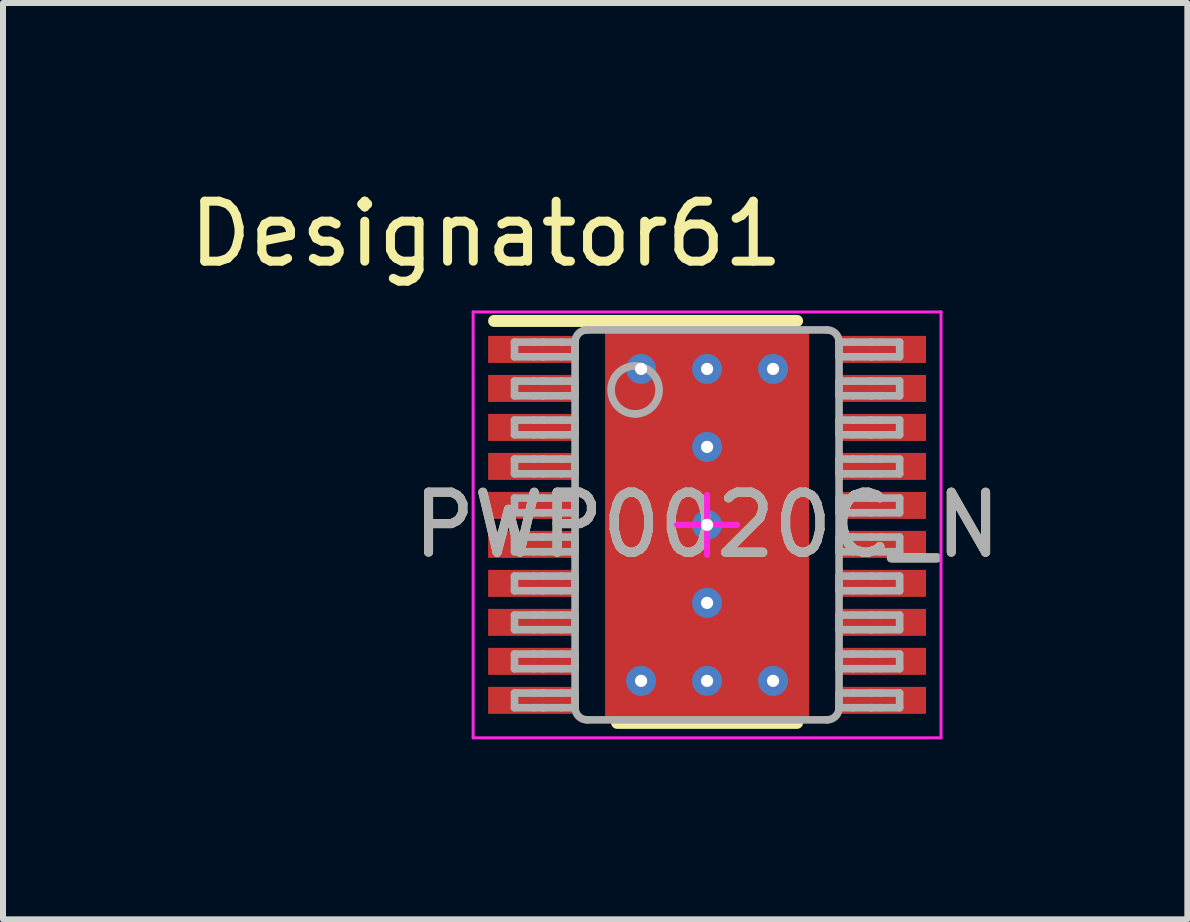
<source format=kicad_pcb>
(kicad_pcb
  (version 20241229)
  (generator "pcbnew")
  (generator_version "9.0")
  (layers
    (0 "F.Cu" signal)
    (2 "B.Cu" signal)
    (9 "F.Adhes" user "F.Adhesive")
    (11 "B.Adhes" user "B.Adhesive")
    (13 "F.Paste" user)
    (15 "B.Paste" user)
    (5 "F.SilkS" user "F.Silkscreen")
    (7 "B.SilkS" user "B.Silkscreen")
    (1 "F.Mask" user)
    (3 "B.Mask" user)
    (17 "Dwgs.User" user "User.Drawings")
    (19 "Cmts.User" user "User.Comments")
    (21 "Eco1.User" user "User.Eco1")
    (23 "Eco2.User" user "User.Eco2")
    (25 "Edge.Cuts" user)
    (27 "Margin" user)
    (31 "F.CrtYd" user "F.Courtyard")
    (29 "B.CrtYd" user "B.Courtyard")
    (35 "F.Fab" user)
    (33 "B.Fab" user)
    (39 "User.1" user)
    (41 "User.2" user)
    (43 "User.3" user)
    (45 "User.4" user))
  (footprint "PWP0020C_N"
    (layer "F.Cu")
    (at 8.737 5.7)
    (property "Reference" "PWP0020C_N" (at 0 0 0) (unlocked yes) (layer "F.SilkS") (effects (font (size 1 1) (thickness 0.15))))
    (attr smd)
    (fp_poly (pts (xy -1.2 1.642) (xy -1.2 -1.642) (xy -1.199 -1.651) (xy -1.196 -1.66) (xy -1.192 -1.669) (xy -1.186 -1.676) (xy -1.179 -1.682) (xy -1.17 -1.686) (xy -1.161 -1.689) (xy -1.152 -1.69) (xy 1.152 -1.69) (xy 1.161 -1.689) (xy 1.17 -1.686) (xy 1.179 -1.682) (xy 1.186 -1.676) (xy 1.192 -1.669) (xy 1.196 -1.66) (xy 1.199 -1.651) (xy 1.2 -1.642) (xy 1.2 1.642) (xy 1.199 1.651) (xy 1.196 1.66) (xy 1.192 1.669) (xy 1.186 1.676) (xy 1.179 1.682) (xy 1.17 1.686) (xy 1.161 1.689) (xy 1.152 1.69) (xy -1.152 1.69) (xy -1.161 1.689) (xy -1.17 1.686) (xy -1.179 1.682) (xy -1.186 1.676) (xy -1.192 1.669) (xy -1.196 1.66) (xy -1.199 1.651)) (stroke (width 0) (type solid)) (fill yes) (layer "F.Mask"))
    (fp_line (start -3.55 -3.4) (end 1.5 -3.4) (stroke (width 0.2) (type solid)) (layer "F.SilkS"))
    (fp_line (start -1.5 3.3) (end 1.5 3.3) (stroke (width 0.2) (type solid)) (layer "F.SilkS"))
    (fp_poly (pts (xy -1.2 1.642) (xy -1.2 -1.642) (xy -1.199 -1.651) (xy -1.196 -1.66) (xy -1.192 -1.669) (xy -1.186 -1.676) (xy -1.179 -1.682) (xy -1.17 -1.686) (xy -1.161 -1.689) (xy -1.152 -1.69) (xy 1.152 -1.69) (xy 1.161 -1.689) (xy 1.17 -1.686) (xy 1.179 -1.682) (xy 1.186 -1.676) (xy 1.192 -1.669) (xy 1.196 -1.66) (xy 1.199 -1.651) (xy 1.2 -1.642) (xy 1.2 1.642) (xy 1.199 1.651) (xy 1.196 1.66) (xy 1.192 1.669) (xy 1.186 1.676) (xy 1.179 1.682) (xy 1.17 1.686) (xy 1.161 1.689) (xy 1.152 1.69) (xy -1.152 1.69) (xy -1.161 1.689) (xy -1.17 1.686) (xy -1.179 1.682) (xy -1.186 1.676) (xy -1.192 1.669) (xy -1.196 1.66) (xy -1.199 1.651)) (stroke (width 0) (type solid)) (fill yes) (layer "F.Paste"))
    (fp_line (start -3.9 -3.55) (end 3.9 -3.55) (stroke (width 0.05) (type solid)) (layer "F.CrtYd"))
    (fp_line (start -3.9 3.55) (end -3.9 -3.55) (stroke (width 0.05) (type solid)) (layer "F.CrtYd"))
    (fp_line (start -3.9 3.55) (end 3.9 3.55) (stroke (width 0.05) (type solid)) (layer "F.CrtYd"))
    (fp_line (start -0.5 0.000003) (end 0.5 0.000003) (stroke (width 0.1) (type solid)) (layer "F.CrtYd"))
    (fp_line (start 0 0.5) (end 0 -0.5) (stroke (width 0.1) (type solid)) (layer "F.CrtYd"))
    (fp_line (start 3.9 3.55) (end 3.9 -3.55) (stroke (width 0.05) (type solid)) (layer "F.CrtYd"))
    (fp_line (start -3.21 -3.047) (end -2.887 -3.047) (stroke (width 0.127) (type solid)) (layer "F.Fab"))
    (fp_line (start -3.21 -2.802) (end -3.21 -3.047) (stroke (width 0.127) (type solid)) (layer "F.Fab"))
    (fp_line (start -3.21 -2.802) (end -2.887 -2.802) (stroke (width 0.127) (type solid)) (layer "F.Fab"))
    (fp_line (start -3.21 -2.397) (end -2.887 -2.397) (stroke (width 0.127) (type solid)) (layer "F.Fab"))
    (fp_line (start -3.21 -2.152) (end -3.21 -2.397) (stroke (width 0.127) (type solid)) (layer "F.Fab"))
    (fp_line (start -3.21 -2.152) (end -2.887 -2.152) (stroke (width 0.127) (type solid)) (layer "F.Fab"))
    (fp_line (start -3.21 -1.747) (end -2.887 -1.747) (stroke (width 0.127) (type solid)) (layer "F.Fab"))
    (fp_line (start -3.21 -1.502) (end -3.21 -1.747) (stroke (width 0.127) (type solid)) (layer "F.Fab"))
    (fp_line (start -3.21 -1.502) (end -2.887 -1.502) (stroke (width 0.127) (type solid)) (layer "F.Fab"))
    (fp_line (start -3.21 -1.097) (end -2.887 -1.097) (stroke (width 0.127) (type solid)) (layer "F.Fab"))
    (fp_line (start -3.21 -0.852) (end -3.21 -1.097) (stroke (width 0.127) (type solid)) (layer "F.Fab"))
    (fp_line (start -3.21 -0.852) (end -2.887 -0.852) (stroke (width 0.127) (type solid)) (layer "F.Fab"))
    (fp_line (start -3.21 -0.447) (end -2.887 -0.447) (stroke (width 0.127) (type solid)) (layer "F.Fab"))
    (fp_line (start -3.21 -0.202) (end -3.21 -0.447) (stroke (width 0.127) (type solid)) (layer "F.Fab"))
    (fp_line (start -3.21 -0.202) (end -2.887 -0.202) (stroke (width 0.127) (type solid)) (layer "F.Fab"))
    (fp_line (start -3.21 0.203) (end -2.887 0.203) (stroke (width 0.127) (type solid)) (layer "F.Fab"))
    (fp_line (start -3.21 0.448) (end -3.21 0.203) (stroke (width 0.127) (type solid)) (layer "F.Fab"))
    (fp_line (start -3.21 0.448) (end -2.887 0.448) (stroke (width 0.127) (type solid)) (layer "F.Fab"))
    (fp_line (start -3.21 0.853) (end -2.887 0.853) (stroke (width 0.127) (type solid)) (layer "F.Fab"))
    (fp_line (start -3.21 1.098) (end -3.21 0.853) (stroke (width 0.127) (type solid)) (layer "F.Fab"))
    (fp_line (start -3.21 1.098) (end -2.887 1.098) (stroke (width 0.127) (type solid)) (layer "F.Fab"))
    (fp_line (start -3.21 1.503) (end -2.887 1.503) (stroke (width 0.127) (type solid)) (layer "F.Fab"))
    (fp_line (start -3.21 1.748) (end -3.21 1.503) (stroke (width 0.127) (type solid)) (layer "F.Fab"))
    (fp_line (start -3.21 1.748) (end -2.887 1.748) (stroke (width 0.127) (type solid)) (layer "F.Fab"))
    (fp_line (start -3.21 2.153) (end -2.887 2.153) (stroke (width 0.127) (type solid)) (layer "F.Fab"))
    (fp_line (start -3.21 2.398) (end -3.21 2.153) (stroke (width 0.127) (type solid)) (layer "F.Fab"))
    (fp_line (start -3.21 2.398) (end -2.887 2.398) (stroke (width 0.127) (type solid)) (layer "F.Fab"))
    (fp_line (start -3.21 2.803) (end -2.887 2.803) (stroke (width 0.127) (type solid)) (layer "F.Fab"))
    (fp_line (start -3.21 3.048) (end -3.21 2.803) (stroke (width 0.127) (type solid)) (layer "F.Fab"))
    (fp_line (start -3.21 3.048) (end -2.887 3.048) (stroke (width 0.127) (type solid)) (layer "F.Fab"))
    (fp_line (start -2.887 -3.047) (end -2.739 -3.047) (stroke (width 0.127) (type solid)) (layer "F.Fab"))
    (fp_line (start -2.887 -2.802) (end -2.739 -2.802) (stroke (width 0.127) (type solid)) (layer "F.Fab"))
    (fp_line (start -2.887 -2.397) (end -2.739 -2.397) (stroke (width 0.127) (type solid)) (layer "F.Fab"))
    (fp_line (start -2.887 -2.152) (end -2.739 -2.152) (stroke (width 0.127) (type solid)) (layer "F.Fab"))
    (fp_line (start -2.887 -1.747) (end -2.739 -1.747) (stroke (width 0.127) (type solid)) (layer "F.Fab"))
    (fp_line (start -2.887 -1.502) (end -2.739 -1.502) (stroke (width 0.127) (type solid)) (layer "F.Fab"))
    (fp_line (start -2.887 -1.097) (end -2.739 -1.097) (stroke (width 0.127) (type solid)) (layer "F.Fab"))
    (fp_line (start -2.887 -0.852) (end -2.739 -0.852) (stroke (width 0.127) (type solid)) (layer "F.Fab"))
    (fp_line (start -2.887 -0.447) (end -2.739 -0.447) (stroke (width 0.127) (type solid)) (layer "F.Fab"))
    (fp_line (start -2.887 -0.202) (end -2.739 -0.202) (stroke (width 0.127) (type solid)) (layer "F.Fab"))
    (fp_line (start -2.887 0.203) (end -2.739 0.203) (stroke (width 0.127) (type solid)) (layer "F.Fab"))
    (fp_line (start -2.887 0.448) (end -2.739 0.448) (stroke (width 0.127) (type solid)) (layer "F.Fab"))
    (fp_line (start -2.887 0.853) (end -2.739 0.853) (stroke (width 0.127) (type solid)) (layer "F.Fab"))
    (fp_line (start -2.887 1.098) (end -2.739 1.098) (stroke (width 0.127) (type solid)) (layer "F.Fab"))
    (fp_line (start -2.887 1.503) (end -2.739 1.503) (stroke (width 0.127) (type solid)) (layer "F.Fab"))
    (fp_line (start -2.887 1.748) (end -2.739 1.748) (stroke (width 0.127) (type solid)) (layer "F.Fab"))
    (fp_line (start -2.887 2.153) (end -2.739 2.153) (stroke (width 0.127) (type solid)) (layer "F.Fab"))
    (fp_line (start -2.887 2.398) (end -2.739 2.398) (stroke (width 0.127) (type solid)) (layer "F.Fab"))
    (fp_line (start -2.887 2.803) (end -2.739 2.803) (stroke (width 0.127) (type solid)) (layer "F.Fab"))
    (fp_line (start -2.887 3.048) (end -2.739 3.048) (stroke (width 0.127) (type solid)) (layer "F.Fab"))
    (fp_line (start -2.739 -3.047) (end -2.733 -3.047) (stroke (width 0.127) (type solid)) (layer "F.Fab"))
    (fp_line (start -2.739 -2.802) (end -2.733 -2.802) (stroke (width 0.127) (type solid)) (layer "F.Fab"))
    (fp_line (start -2.739 -2.397) (end -2.733 -2.397) (stroke (width 0.127) (type solid)) (layer "F.Fab"))
    (fp_line (start -2.739 -2.152) (end -2.733 -2.152) (stroke (width 0.127) (type solid)) (layer "F.Fab"))
    (fp_line (start -2.739 -1.747) (end -2.733 -1.747) (stroke (width 0.127) (type solid)) (layer "F.Fab"))
    (fp_line (start -2.739 -1.502) (end -2.733 -1.502) (stroke (width 0.127) (type solid)) (layer "F.Fab"))
    (fp_line (start -2.739 -1.097) (end -2.733 -1.097) (stroke (width 0.127) (type solid)) (layer "F.Fab"))
    (fp_line (start -2.739 -0.852) (end -2.733 -0.852) (stroke (width 0.127) (type solid)) (layer "F.Fab"))
    (fp_line (start -2.739 -0.447) (end -2.733 -0.447) (stroke (width 0.127) (type solid)) (layer "F.Fab"))
    (fp_line (start -2.739 -0.202) (end -2.733 -0.202) (stroke (width 0.127) (type solid)) (layer "F.Fab"))
    (fp_line (start -2.739 0.203) (end -2.733 0.203) (stroke (width 0.127) (type solid)) (layer "F.Fab"))
    (fp_line (start -2.739 0.448) (end -2.733 0.448) (stroke (width 0.127) (type solid)) (layer "F.Fab"))
    (fp_line (start -2.739 0.853) (end -2.733 0.853) (stroke (width 0.127) (type solid)) (layer "F.Fab"))
    (fp_line (start -2.739 1.098) (end -2.733 1.098) (stroke (width 0.127) (type solid)) (layer "F.Fab"))
    (fp_line (start -2.739 1.503) (end -2.733 1.503) (stroke (width 0.127) (type solid)) (layer "F.Fab"))
    (fp_line (start -2.739 1.748) (end -2.733 1.748) (stroke (width 0.127) (type solid)) (layer "F.Fab"))
    (fp_line (start -2.739 2.153) (end -2.733 2.153) (stroke (width 0.127) (type solid)) (layer "F.Fab"))
    (fp_line (start -2.739 2.398) (end -2.733 2.398) (stroke (width 0.127) (type solid)) (layer "F.Fab"))
    (fp_line (start -2.739 2.803) (end -2.733 2.803) (stroke (width 0.127) (type solid)) (layer "F.Fab"))
    (fp_line (start -2.739 3.048) (end -2.733 3.048) (stroke (width 0.127) (type solid)) (layer "F.Fab"))
    (fp_line (start -2.733 -3.047) (end -2.431 -3.047) (stroke (width 0.127) (type solid)) (layer "F.Fab"))
    (fp_line (start -2.733 -2.802) (end -2.431 -2.802) (stroke (width 0.127) (type solid)) (layer "F.Fab"))
    (fp_line (start -2.733 -2.397) (end -2.431 -2.397) (stroke (width 0.127) (type solid)) (layer "F.Fab"))
    (fp_line (start -2.733 -2.152) (end -2.431 -2.152) (stroke (width 0.127) (type solid)) (layer "F.Fab"))
    (fp_line (start -2.733 -1.747) (end -2.431 -1.747) (stroke (width 0.127) (type solid)) (layer "F.Fab"))
    (fp_line (start -2.733 -1.502) (end -2.431 -1.502) (stroke (width 0.127) (type solid)) (layer "F.Fab"))
    (fp_line (start -2.733 -1.097) (end -2.431 -1.097) (stroke (width 0.127) (type solid)) (layer "F.Fab"))
    (fp_line (start -2.733 -0.852) (end -2.431 -0.852) (stroke (width 0.127) (type solid)) (layer "F.Fab"))
    (fp_line (start -2.733 -0.447) (end -2.431 -0.447) (stroke (width 0.127) (type solid)) (layer "F.Fab"))
    (fp_line (start -2.733 -0.202) (end -2.431 -0.202) (stroke (width 0.127) (type solid)) (layer "F.Fab"))
    (fp_line (start -2.733 0.203) (end -2.431 0.203) (stroke (width 0.127) (type solid)) (layer "F.Fab"))
    (fp_line (start -2.733 0.448) (end -2.431 0.448) (stroke (width 0.127) (type solid)) (layer "F.Fab"))
    (fp_line (start -2.733 0.853) (end -2.431 0.853) (stroke (width 0.127) (type solid)) (layer "F.Fab"))
    (fp_line (start -2.733 1.098) (end -2.431 1.098) (stroke (width 0.127) (type solid)) (layer "F.Fab"))
    (fp_line (start -2.733 1.503) (end -2.431 1.503) (stroke (width 0.127) (type solid)) (layer "F.Fab"))
    (fp_line (start -2.733 1.748) (end -2.431 1.748) (stroke (width 0.127) (type solid)) (layer "F.Fab"))
    (fp_line (start -2.733 2.153) (end -2.431 2.153) (stroke (width 0.127) (type solid)) (layer "F.Fab"))
    (fp_line (start -2.733 2.398) (end -2.431 2.398) (stroke (width 0.127) (type solid)) (layer "F.Fab"))
    (fp_line (start -2.733 2.803) (end -2.431 2.803) (stroke (width 0.127) (type solid)) (layer "F.Fab"))
    (fp_line (start -2.733 3.048) (end -2.431 3.048) (stroke (width 0.127) (type solid)) (layer "F.Fab"))
    (fp_line (start -2.431 -3.047) (end -2.2 -3.047) (stroke (width 0.127) (type solid)) (layer "F.Fab"))
    (fp_line (start -2.431 -2.802) (end -2.2 -2.802) (stroke (width 0.127) (type solid)) (layer "F.Fab"))
    (fp_line (start -2.431 -2.397) (end -2.2 -2.397) (stroke (width 0.127) (type solid)) (layer "F.Fab"))
    (fp_line (start -2.431 -2.152) (end -2.2 -2.152) (stroke (width 0.127) (type solid)) (layer "F.Fab"))
    (fp_line (start -2.431 -1.747) (end -2.2 -1.747) (stroke (width 0.127) (type solid)) (layer "F.Fab"))
    (fp_line (start -2.431 -1.502) (end -2.2 -1.502) (stroke (width 0.127) (type solid)) (layer "F.Fab"))
    (fp_line (start -2.431 -1.097) (end -2.2 -1.097) (stroke (width 0.127) (type solid)) (layer "F.Fab"))
    (fp_line (start -2.431 -0.852) (end -2.2 -0.852) (stroke (width 0.127) (type solid)) (layer "F.Fab"))
    (fp_line (start -2.431 -0.447) (end -2.2 -0.447) (stroke (width 0.127) (type solid)) (layer "F.Fab"))
    (fp_line (start -2.431 -0.202) (end -2.2 -0.202) (stroke (width 0.127) (type solid)) (layer "F.Fab"))
    (fp_line (start -2.431 0.203) (end -2.2 0.203) (stroke (width 0.127) (type solid)) (layer "F.Fab"))
    (fp_line (start -2.431 0.448) (end -2.2 0.448) (stroke (width 0.127) (type solid)) (layer "F.Fab"))
    (fp_line (start -2.431 0.853) (end -2.2 0.853) (stroke (width 0.127) (type solid)) (layer "F.Fab"))
    (fp_line (start -2.431 1.098) (end -2.2 1.098) (stroke (width 0.127) (type solid)) (layer "F.Fab"))
    (fp_line (start -2.431 1.503) (end -2.2 1.503) (stroke (width 0.127) (type solid)) (layer "F.Fab"))
    (fp_line (start -2.431 1.748) (end -2.2 1.748) (stroke (width 0.127) (type solid)) (layer "F.Fab"))
    (fp_line (start -2.431 2.153) (end -2.2 2.153) (stroke (width 0.127) (type solid)) (layer "F.Fab"))
    (fp_line (start -2.431 2.398) (end -2.2 2.398) (stroke (width 0.127) (type solid)) (layer "F.Fab"))
    (fp_line (start -2.431 2.803) (end -2.2 2.803) (stroke (width 0.127) (type solid)) (layer "F.Fab"))
    (fp_line (start -2.431 3.048) (end -2.2 3.048) (stroke (width 0.127) (type solid)) (layer "F.Fab"))
    (fp_line (start -2.2 -2.802) (end -2.2 -3.047) (stroke (width 0.127) (type solid)) (layer "F.Fab"))
    (fp_line (start -2.2 -2.152) (end -2.2 -2.397) (stroke (width 0.127) (type solid)) (layer "F.Fab"))
    (fp_line (start -2.2 -1.502) (end -2.2 -1.747) (stroke (width 0.127) (type solid)) (layer "F.Fab"))
    (fp_line (start -2.2 -0.852) (end -2.2 -1.097) (stroke (width 0.127) (type solid)) (layer "F.Fab"))
    (fp_line (start -2.2 -0.202) (end -2.2 -0.447) (stroke (width 0.127) (type solid)) (layer "F.Fab"))
    (fp_line (start -2.2 0.448) (end -2.2 0.203) (stroke (width 0.127) (type solid)) (layer "F.Fab"))
    (fp_line (start -2.2 1.098) (end -2.2 0.853) (stroke (width 0.127) (type solid)) (layer "F.Fab"))
    (fp_line (start -2.2 1.748) (end -2.2 1.503) (stroke (width 0.127) (type solid)) (layer "F.Fab"))
    (fp_line (start -2.2 2.398) (end -2.2 2.153) (stroke (width 0.127) (type solid)) (layer "F.Fab"))
    (fp_line (start -2.2 3.048) (end -2.2 2.803) (stroke (width 0.127) (type solid)) (layer "F.Fab"))
    (fp_line (start -2.2 3.05) (end -2.2 -3.05) (stroke (width 0.127) (type solid)) (layer "F.Fab"))
    (fp_line (start -2 -3.25) (end 2 -3.25) (stroke (width 0.127) (type solid)) (layer "F.Fab"))
    (fp_line (start -2 3.25) (end 2 3.25) (stroke (width 0.127) (type solid)) (layer "F.Fab"))
    (fp_line (start 2.2 -3.047) (end 2.43 -3.047) (stroke (width 0.127) (type solid)) (layer "F.Fab"))
    (fp_line (start 2.2 -2.802) (end 2.2 -3.047) (stroke (width 0.127) (type solid)) (layer "F.Fab"))
    (fp_line (start 2.2 -2.802) (end 2.43 -2.802) (stroke (width 0.127) (type solid)) (layer "F.Fab"))
    (fp_line (start 2.2 -2.397) (end 2.43 -2.397) (stroke (width 0.127) (type solid)) (layer "F.Fab"))
    (fp_line (start 2.2 -2.152) (end 2.2 -2.397) (stroke (width 0.127) (type solid)) (layer "F.Fab"))
    (fp_line (start 2.2 -2.152) (end 2.43 -2.152) (stroke (width 0.127) (type solid)) (layer "F.Fab"))
    (fp_line (start 2.2 -1.747) (end 2.43 -1.747) (stroke (width 0.127) (type solid)) (layer "F.Fab"))
    (fp_line (start 2.2 -1.502) (end 2.2 -1.747) (stroke (width 0.127) (type solid)) (layer "F.Fab"))
    (fp_line (start 2.2 -1.502) (end 2.43 -1.502) (stroke (width 0.127) (type solid)) (layer "F.Fab"))
    (fp_line (start 2.2 -1.097) (end 2.43 -1.097) (stroke (width 0.127) (type solid)) (layer "F.Fab"))
    (fp_line (start 2.2 -0.852) (end 2.2 -1.097) (stroke (width 0.127) (type solid)) (layer "F.Fab"))
    (fp_line (start 2.2 -0.852) (end 2.43 -0.852) (stroke (width 0.127) (type solid)) (layer "F.Fab"))
    (fp_line (start 2.2 -0.447) (end 2.43 -0.447) (stroke (width 0.127) (type solid)) (layer "F.Fab"))
    (fp_line (start 2.2 -0.202) (end 2.2 -0.447) (stroke (width 0.127) (type solid)) (layer "F.Fab"))
    (fp_line (start 2.2 -0.202) (end 2.43 -0.202) (stroke (width 0.127) (type solid)) (layer "F.Fab"))
    (fp_line (start 2.2 0.203) (end 2.43 0.203) (stroke (width 0.127) (type solid)) (layer "F.Fab"))
    (fp_line (start 2.2 0.448) (end 2.2 0.203) (stroke (width 0.127) (type solid)) (layer "F.Fab"))
    (fp_line (start 2.2 0.448) (end 2.43 0.448) (stroke (width 0.127) (type solid)) (layer "F.Fab"))
    (fp_line (start 2.2 0.853) (end 2.43 0.853) (stroke (width 0.127) (type solid)) (layer "F.Fab"))
    (fp_line (start 2.2 1.098) (end 2.2 0.853) (stroke (width 0.127) (type solid)) (layer "F.Fab"))
    (fp_line (start 2.2 1.098) (end 2.43 1.098) (stroke (width 0.127) (type solid)) (layer "F.Fab"))
    (fp_line (start 2.2 1.503) (end 2.43 1.503) (stroke (width 0.127) (type solid)) (layer "F.Fab"))
    (fp_line (start 2.2 1.748) (end 2.2 1.503) (stroke (width 0.127) (type solid)) (layer "F.Fab"))
    (fp_line (start 2.2 1.748) (end 2.43 1.748) (stroke (width 0.127) (type solid)) (layer "F.Fab"))
    (fp_line (start 2.2 2.153) (end 2.43 2.153) (stroke (width 0.127) (type solid)) (layer "F.Fab"))
    (fp_line (start 2.2 2.398) (end 2.2 2.153) (stroke (width 0.127) (type solid)) (layer "F.Fab"))
    (fp_line (start 2.2 2.398) (end 2.43 2.398) (stroke (width 0.127) (type solid)) (layer "F.Fab"))
    (fp_line (start 2.2 2.803) (end 2.43 2.803) (stroke (width 0.127) (type solid)) (layer "F.Fab"))
    (fp_line (start 2.2 3.048) (end 2.2 2.803) (stroke (width 0.127) (type solid)) (layer "F.Fab"))
    (fp_line (start 2.2 3.048) (end 2.43 3.048) (stroke (width 0.127) (type solid)) (layer "F.Fab"))
    (fp_line (start 2.2 3.05) (end 2.2 -3.05) (stroke (width 0.127) (type solid)) (layer "F.Fab"))
    (fp_line (start 2.43 -3.047) (end 2.733 -3.047) (stroke (width 0.127) (type solid)) (layer "F.Fab"))
    (fp_line (start 2.43 -2.802) (end 2.733 -2.802) (stroke (width 0.127) (type solid)) (layer "F.Fab"))
    (fp_line (start 2.43 -2.397) (end 2.733 -2.397) (stroke (width 0.127) (type solid)) (layer "F.Fab"))
    (fp_line (start 2.43 -2.152) (end 2.733 -2.152) (stroke (width 0.127) (type solid)) (layer "F.Fab"))
    (fp_line (start 2.43 -1.747) (end 2.733 -1.747) (stroke (width 0.127) (type solid)) (layer "F.Fab"))
    (fp_line (start 2.43 -1.502) (end 2.733 -1.502) (stroke (width 0.127) (type solid)) (layer "F.Fab"))
    (fp_line (start 2.43 -1.097) (end 2.733 -1.097) (stroke (width 0.127) (type solid)) (layer "F.Fab"))
    (fp_line (start 2.43 -0.852) (end 2.733 -0.852) (stroke (width 0.127) (type solid)) (layer "F.Fab"))
    (fp_line (start 2.43 -0.447) (end 2.733 -0.447) (stroke (width 0.127) (type solid)) (layer "F.Fab"))
    (fp_line (start 2.43 -0.202) (end 2.733 -0.202) (stroke (width 0.127) (type solid)) (layer "F.Fab"))
    (fp_line (start 2.43 0.203) (end 2.733 0.203) (stroke (width 0.127) (type solid)) (layer "F.Fab"))
    (fp_line (start 2.43 0.448) (end 2.733 0.448) (stroke (width 0.127) (type solid)) (layer "F.Fab"))
    (fp_line (start 2.43 0.853) (end 2.733 0.853) (stroke (width 0.127) (type solid)) (layer "F.Fab"))
    (fp_line (start 2.43 1.098) (end 2.733 1.098) (stroke (width 0.127) (type solid)) (layer "F.Fab"))
    (fp_line (start 2.43 1.503) (end 2.733 1.503) (stroke (width 0.127) (type solid)) (layer "F.Fab"))
    (fp_line (start 2.43 1.748) (end 2.733 1.748) (stroke (width 0.127) (type solid)) (layer "F.Fab"))
    (fp_line (start 2.43 2.153) (end 2.733 2.153) (stroke (width 0.127) (type solid)) (layer "F.Fab"))
    (fp_line (start 2.43 2.398) (end 2.733 2.398) (stroke (width 0.127) (type solid)) (layer "F.Fab"))
    (fp_line (start 2.43 2.803) (end 2.733 2.803) (stroke (width 0.127) (type solid)) (layer "F.Fab"))
    (fp_line (start 2.43 3.048) (end 2.733 3.048) (stroke (width 0.127) (type solid)) (layer "F.Fab"))
    (fp_line (start 2.733 -3.047) (end 2.739 -3.047) (stroke (width 0.127) (type solid)) (layer "F.Fab"))
    (fp_line (start 2.733 -2.802) (end 2.739 -2.802) (stroke (width 0.127) (type solid)) (layer "F.Fab"))
    (fp_line (start 2.733 -2.397) (end 2.739 -2.397) (stroke (width 0.127) (type solid)) (layer "F.Fab"))
    (fp_line (start 2.733 -2.152) (end 2.739 -2.152) (stroke (width 0.127) (type solid)) (layer "F.Fab"))
    (fp_line (start 2.733 -1.747) (end 2.739 -1.747) (stroke (width 0.127) (type solid)) (layer "F.Fab"))
    (fp_line (start 2.733 -1.502) (end 2.739 -1.502) (stroke (width 0.127) (type solid)) (layer "F.Fab"))
    (fp_line (start 2.733 -1.097) (end 2.739 -1.097) (stroke (width 0.127) (type solid)) (layer "F.Fab"))
    (fp_line (start 2.733 -0.852) (end 2.739 -0.852) (stroke (width 0.127) (type solid)) (layer "F.Fab"))
    (fp_line (start 2.733 -0.447) (end 2.739 -0.447) (stroke (width 0.127) (type solid)) (layer "F.Fab"))
    (fp_line (start 2.733 -0.202) (end 2.739 -0.202) (stroke (width 0.127) (type solid)) (layer "F.Fab"))
    (fp_line (start 2.733 0.203) (end 2.739 0.203) (stroke (width 0.127) (type solid)) (layer "F.Fab"))
    (fp_line (start 2.733 0.448) (end 2.739 0.448) (stroke (width 0.127) (type solid)) (layer "F.Fab"))
    (fp_line (start 2.733 0.853) (end 2.739 0.853) (stroke (width 0.127) (type solid)) (layer "F.Fab"))
    (fp_line (start 2.733 1.098) (end 2.739 1.098) (stroke (width 0.127) (type solid)) (layer "F.Fab"))
    (fp_line (start 2.733 1.503) (end 2.739 1.503) (stroke (width 0.127) (type solid)) (layer "F.Fab"))
    (fp_line (start 2.733 1.748) (end 2.739 1.748) (stroke (width 0.127) (type solid)) (layer "F.Fab"))
    (fp_line (start 2.733 2.153) (end 2.739 2.153) (stroke (width 0.127) (type solid)) (layer "F.Fab"))
    (fp_line (start 2.733 2.398) (end 2.739 2.398) (stroke (width 0.127) (type solid)) (layer "F.Fab"))
    (fp_line (start 2.733 2.803) (end 2.739 2.803) (stroke (width 0.127) (type solid)) (layer "F.Fab"))
    (fp_line (start 2.733 3.048) (end 2.739 3.048) (stroke (width 0.127) (type solid)) (layer "F.Fab"))
    (fp_line (start 2.739 -3.047) (end 2.887 -3.047) (stroke (width 0.127) (type solid)) (layer "F.Fab"))
    (fp_line (start 2.739 -2.802) (end 2.887 -2.802) (stroke (width 0.127) (type solid)) (layer "F.Fab"))
    (fp_line (start 2.739 -2.397) (end 2.887 -2.397) (stroke (width 0.127) (type solid)) (layer "F.Fab"))
    (fp_line (start 2.739 -2.152) (end 2.887 -2.152) (stroke (width 0.127) (type solid)) (layer "F.Fab"))
    (fp_line (start 2.739 -1.747) (end 2.887 -1.747) (stroke (width 0.127) (type solid)) (layer "F.Fab"))
    (fp_line (start 2.739 -1.502) (end 2.887 -1.502) (stroke (width 0.127) (type solid)) (layer "F.Fab"))
    (fp_line (start 2.739 -1.097) (end 2.887 -1.097) (stroke (width 0.127) (type solid)) (layer "F.Fab"))
    (fp_line (start 2.739 -0.852) (end 2.887 -0.852) (stroke (width 0.127) (type solid)) (layer "F.Fab"))
    (fp_line (start 2.739 -0.447) (end 2.887 -0.447) (stroke (width 0.127) (type solid)) (layer "F.Fab"))
    (fp_line (start 2.739 -0.202) (end 2.887 -0.202) (stroke (width 0.127) (type solid)) (layer "F.Fab"))
    (fp_line (start 2.739 0.203) (end 2.887 0.203) (stroke (width 0.127) (type solid)) (layer "F.Fab"))
    (fp_line (start 2.739 0.448) (end 2.887 0.448) (stroke (width 0.127) (type solid)) (layer "F.Fab"))
    (fp_line (start 2.739 0.853) (end 2.887 0.853) (stroke (width 0.127) (type solid)) (layer "F.Fab"))
    (fp_line (start 2.739 1.098) (end 2.887 1.098) (stroke (width 0.127) (type solid)) (layer "F.Fab"))
    (fp_line (start 2.739 1.503) (end 2.887 1.503) (stroke (width 0.127) (type solid)) (layer "F.Fab"))
    (fp_line (start 2.739 1.748) (end 2.887 1.748) (stroke (width 0.127) (type solid)) (layer "F.Fab"))
    (fp_line (start 2.739 2.153) (end 2.887 2.153) (stroke (width 0.127) (type solid)) (layer "F.Fab"))
    (fp_line (start 2.739 2.398) (end 2.887 2.398) (stroke (width 0.127) (type solid)) (layer "F.Fab"))
    (fp_line (start 2.739 2.803) (end 2.887 2.803) (stroke (width 0.127) (type solid)) (layer "F.Fab"))
    (fp_line (start 2.739 3.048) (end 2.887 3.048) (stroke (width 0.127) (type solid)) (layer "F.Fab"))
    (fp_line (start 2.887 -3.047) (end 3.21 -3.047) (stroke (width 0.127) (type solid)) (layer "F.Fab"))
    (fp_line (start 2.887 -2.802) (end 3.21 -2.802) (stroke (width 0.127) (type solid)) (layer "F.Fab"))
    (fp_line (start 2.887 -2.397) (end 3.21 -2.397) (stroke (width 0.127) (type solid)) (layer "F.Fab"))
    (fp_line (start 2.887 -2.152) (end 3.21 -2.152) (stroke (width 0.127) (type solid)) (layer "F.Fab"))
    (fp_line (start 2.887 -1.747) (end 3.21 -1.747) (stroke (width 0.127) (type solid)) (layer "F.Fab"))
    (fp_line (start 2.887 -1.502) (end 3.21 -1.502) (stroke (width 0.127) (type solid)) (layer "F.Fab"))
    (fp_line (start 2.887 -1.097) (end 3.21 -1.097) (stroke (width 0.127) (type solid)) (layer "F.Fab"))
    (fp_line (start 2.887 -0.852) (end 3.21 -0.852) (stroke (width 0.127) (type solid)) (layer "F.Fab"))
    (fp_line (start 2.887 -0.447) (end 3.21 -0.447) (stroke (width 0.127) (type solid)) (layer "F.Fab"))
    (fp_line (start 2.887 -0.202) (end 3.21 -0.202) (stroke (width 0.127) (type solid)) (layer "F.Fab"))
    (fp_line (start 2.887 0.203) (end 3.21 0.203) (stroke (width 0.127) (type solid)) (layer "F.Fab"))
    (fp_line (start 2.887 0.448) (end 3.21 0.448) (stroke (width 0.127) (type solid)) (layer "F.Fab"))
    (fp_line (start 2.887 0.853) (end 3.21 0.853) (stroke (width 0.127) (type solid)) (layer "F.Fab"))
    (fp_line (start 2.887 1.098) (end 3.21 1.098) (stroke (width 0.127) (type solid)) (layer "F.Fab"))
    (fp_line (start 2.887 1.503) (end 3.21 1.503) (stroke (width 0.127) (type solid)) (layer "F.Fab"))
    (fp_line (start 2.887 1.748) (end 3.21 1.748) (stroke (width 0.127) (type solid)) (layer "F.Fab"))
    (fp_line (start 2.887 2.153) (end 3.21 2.153) (stroke (width 0.127) (type solid)) (layer "F.Fab"))
    (fp_line (start 2.887 2.398) (end 3.21 2.398) (stroke (width 0.127) (type solid)) (layer "F.Fab"))
    (fp_line (start 2.887 2.803) (end 3.21 2.803) (stroke (width 0.127) (type solid)) (layer "F.Fab"))
    (fp_line (start 2.887 3.048) (end 3.21 3.048) (stroke (width 0.127) (type solid)) (layer "F.Fab"))
    (fp_line (start 3.21 -2.802) (end 3.21 -3.047) (stroke (width 0.127) (type solid)) (layer "F.Fab"))
    (fp_line (start 3.21 -2.152) (end 3.21 -2.397) (stroke (width 0.127) (type solid)) (layer "F.Fab"))
    (fp_line (start 3.21 -1.502) (end 3.21 -1.747) (stroke (width 0.127) (type solid)) (layer "F.Fab"))
    (fp_line (start 3.21 -0.852) (end 3.21 -1.097) (stroke (width 0.127) (type solid)) (layer "F.Fab"))
    (fp_line (start 3.21 -0.202) (end 3.21 -0.447) (stroke (width 0.127) (type solid)) (layer "F.Fab"))
    (fp_line (start 3.21 0.448) (end 3.21 0.203) (stroke (width 0.127) (type solid)) (layer "F.Fab"))
    (fp_line (start 3.21 1.098) (end 3.21 0.853) (stroke (width 0.127) (type solid)) (layer "F.Fab"))
    (fp_line (start 3.21 1.748) (end 3.21 1.503) (stroke (width 0.127) (type solid)) (layer "F.Fab"))
    (fp_line (start 3.21 2.398) (end 3.21 2.153) (stroke (width 0.127) (type solid)) (layer "F.Fab"))
    (fp_line (start 3.21 3.048) (end 3.21 2.803) (stroke (width 0.127) (type solid)) (layer "F.Fab"))
    (fp_arc (start -2.200001 -3.049986) (mid -2.141422 -3.191407) (end -2.000001 -3.249986) (stroke (width 0.127) (type solid)) (layer "F.Fab"))
    (fp_arc (start -2.000001 3.250001) (mid -2.141422 3.191423) (end -2.200001 3.050002) (stroke (width 0.127) (type solid)) (layer "F.Fab"))
    (fp_arc (start -1.200003 -2.649987) (mid -0.800003 -2.249988) (end -1.200003 -1.849989) (stroke (width 0.127) (type solid)) (layer "F.Fab"))
    (fp_arc (start -1.200003 -1.849989) (mid -1.600002 -2.249988) (end -1.200003 -2.649987) (stroke (width 0.127) (type solid)) (layer "F.Fab"))
    (fp_arc (start 1.999991 -3.249986) (mid 2.141412 -3.191407) (end 2.199991 -3.049986) (stroke (width 0.127) (type solid)) (layer "F.Fab"))
    (fp_arc (start 2.199991 3.050002) (mid 2.141412 3.191423) (end 1.999991 3.250001) (stroke (width 0.127) (type solid)) (layer "F.Fab"))
    (fp_text user "Designator61" (at -3.683 -4.851 0) (unlocked yes) (layer "F.SilkS") (effects (font (size 1 1) (thickness 0.15))))
    (fp_text user "${REFERENCE}" (at 0 0 0) (unlocked yes) (layer "F.Fab") (effects (font (size 1 1) (thickness 0.15))))
    (pad "1" smd rect (at -2.95 -2.925 90) (size 0.45 1.4) (layers "F.Cu" "F.Mask" "F.Paste"))
    (pad "2" smd rect (at -2.95 -2.275 90) (size 0.45 1.4) (layers "F.Cu" "F.Mask" "F.Paste"))
    (pad "3" smd rect (at -2.95 -1.625 90) (size 0.45 1.4) (layers "F.Cu" "F.Mask" "F.Paste"))
    (pad "4" smd rect (at -2.95 -0.975 90) (size 0.45 1.4) (layers "F.Cu" "F.Mask" "F.Paste"))
    (pad "5" smd rect (at -2.95 -0.325 90) (size 0.45 1.4) (layers "F.Cu" "F.Mask" "F.Paste"))
    (pad "6" smd rect (at -2.95 0.325 90) (size 0.45 1.4) (layers "F.Cu" "F.Mask" "F.Paste"))
    (pad "7" smd rect (at -2.95 0.975 90) (size 0.45 1.4) (layers "F.Cu" "F.Mask" "F.Paste"))
    (pad "8" smd rect (at -2.95 1.625 90) (size 0.45 1.4) (layers "F.Cu" "F.Mask" "F.Paste"))
    (pad "9" smd rect (at -2.95 2.275 90) (size 0.45 1.4) (layers "F.Cu" "F.Mask" "F.Paste"))
    (pad "10" smd rect (at -2.95 2.925 90) (size 0.45 1.4) (layers "F.Cu" "F.Mask" "F.Paste"))
    (pad "11" smd rect (at 2.95 2.925 90) (size 0.45 1.4) (layers "F.Cu" "F.Mask" "F.Paste"))
    (pad "12" smd rect (at 2.95 2.275 90) (size 0.45 1.4) (layers "F.Cu" "F.Mask" "F.Paste"))
    (pad "13" smd rect (at 2.95 1.625 90) (size 0.45 1.4) (layers "F.Cu" "F.Mask" "F.Paste"))
    (pad "14" smd rect (at 2.95 0.975 90) (size 0.45 1.4) (layers "F.Cu" "F.Mask" "F.Paste"))
    (pad "15" smd rect (at 2.95 0.325 90) (size 0.45 1.4) (layers "F.Cu" "F.Mask" "F.Paste"))
    (pad "16" smd rect (at 2.95 -0.325 90) (size 0.45 1.4) (layers "F.Cu" "F.Mask" "F.Paste"))
    (pad "17" smd rect (at 2.95 -0.975 90) (size 0.45 1.4) (layers "F.Cu" "F.Mask" "F.Paste"))
    (pad "18" smd rect (at 2.95 -1.625 90) (size 0.45 1.4) (layers "F.Cu" "F.Mask" "F.Paste"))
    (pad "19" smd rect (at 2.95 -2.275 90) (size 0.45 1.4) (layers "F.Cu" "F.Mask" "F.Paste"))
    (pad "20" smd rect (at 2.95 -2.925 90) (size 0.45 1.4) (layers "F.Cu" "F.Mask" "F.Paste"))
    (pad "21" smd rect (at 0 0) (size 3.4 6.5) (layers "F.Cu"))
    (pad "V" thru_hole circle (at -1.1 -2.6) (size 0.5 0.5) (drill 0.203) (layers "*.Cu" "*.Mask"))
    (pad "V" thru_hole circle (at -1.1 2.6) (size 0.5 0.5) (drill 0.203) (layers "*.Cu" "*.Mask"))
    (pad "V" thru_hole circle (at 0 -2.6) (size 0.5 0.5) (drill 0.203) (layers "*.Cu" "*.Mask"))
    (pad "V" thru_hole circle (at 0 -1.3) (size 0.5 0.5) (drill 0.203) (layers "*.Cu" "*.Mask"))
    (pad "V" thru_hole circle (at 0 0) (size 0.5 0.5) (drill 0.203) (layers "*.Cu" "*.Mask"))
    (pad "V" thru_hole circle (at 0 1.3) (size 0.5 0.5) (drill 0.203) (layers "*.Cu" "*.Mask"))
    (pad "V" thru_hole circle (at 0 2.6) (size 0.5 0.5) (drill 0.203) (layers "*.Cu" "*.Mask"))
    (pad "V" thru_hole circle (at 1.1 -2.6) (size 0.5 0.5) (drill 0.203) (layers "*.Cu" "*.Mask"))
    (pad "V" thru_hole circle (at 1.1 2.6) (size 0.5 0.5) (drill 0.203) (layers "*.Cu" "*.Mask")))
  (gr_rect
    (start -3 -3)
    (end 16.743 12.275)
    (stroke (width 0.1) (type default))
    (fill no)
    (layer "Edge.Cuts")))
</source>
